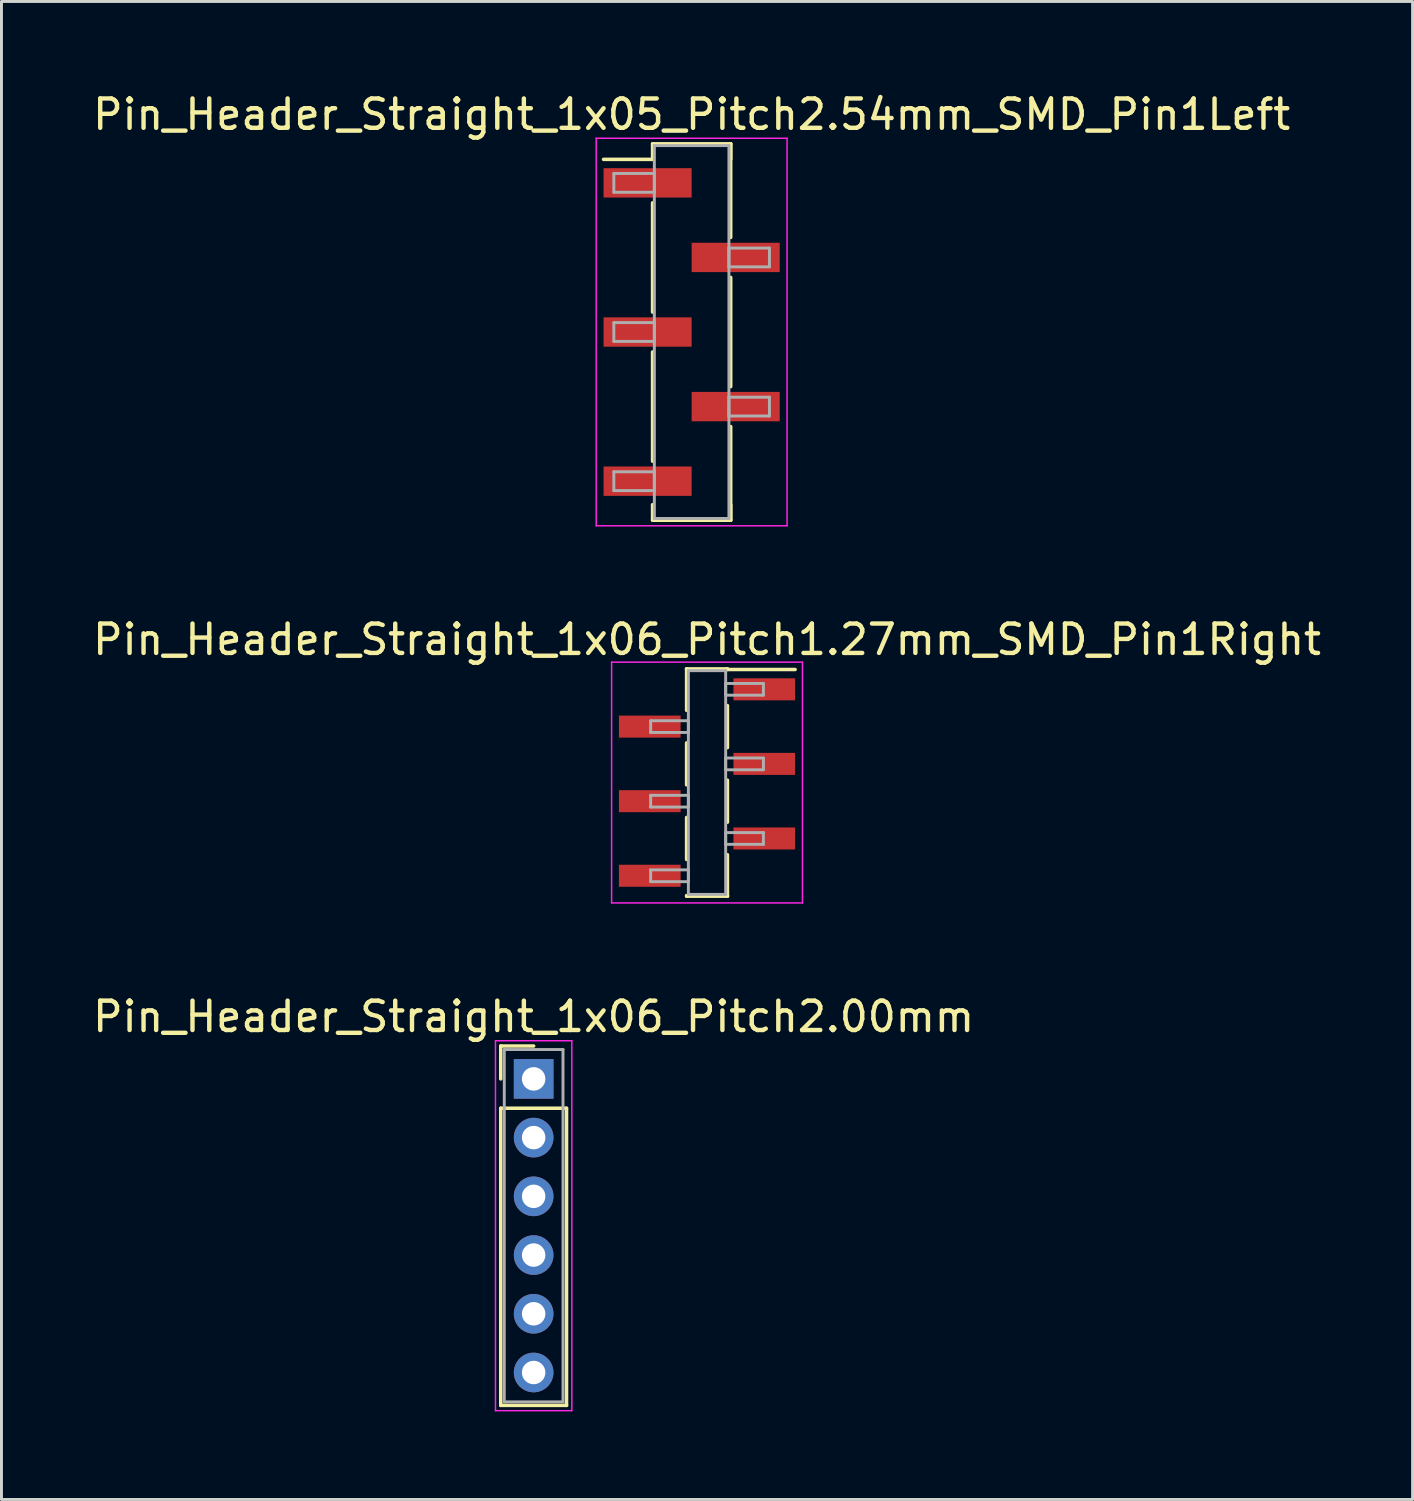
<source format=kicad_pcb>
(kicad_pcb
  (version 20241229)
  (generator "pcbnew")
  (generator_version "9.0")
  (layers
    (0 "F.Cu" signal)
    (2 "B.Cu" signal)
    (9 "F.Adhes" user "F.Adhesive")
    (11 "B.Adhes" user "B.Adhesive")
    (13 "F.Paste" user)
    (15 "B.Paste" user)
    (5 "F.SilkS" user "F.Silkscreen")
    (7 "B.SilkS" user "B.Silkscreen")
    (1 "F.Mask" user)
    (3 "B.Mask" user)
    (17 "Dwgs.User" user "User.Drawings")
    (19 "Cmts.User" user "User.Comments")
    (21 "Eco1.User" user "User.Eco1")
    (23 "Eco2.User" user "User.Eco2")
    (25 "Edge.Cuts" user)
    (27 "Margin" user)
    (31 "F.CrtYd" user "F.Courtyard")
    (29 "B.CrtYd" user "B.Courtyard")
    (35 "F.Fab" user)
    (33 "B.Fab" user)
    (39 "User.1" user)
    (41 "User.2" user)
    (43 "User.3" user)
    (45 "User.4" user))
  (footprint "Pin_Header_Straight_1x06_Pitch2.00mm"
    (layer "F.Cu")
    (at 15.125 33.695)
    (property "Reference" "Pin_Header_Straight_1x06_Pitch2.00mm" (at 0 -2.12 0) (layer "F.SilkS") (effects (font (size 1 1) (thickness 0.15))))
    (attr through_hole)
    (fp_line (start -1.12 -1.12) (end 0 -1.12) (stroke (width 0.12) (type solid)) (layer "F.SilkS"))
    (fp_line (start -1.12 0) (end -1.12 -1.12) (stroke (width 0.12) (type solid)) (layer "F.SilkS"))
    (fp_line (start -1.12 1) (end -1.12 11.12) (stroke (width 0.12) (type solid)) (layer "F.SilkS"))
    (fp_line (start -1.12 11.12) (end 1.12 11.12) (stroke (width 0.12) (type solid)) (layer "F.SilkS"))
    (fp_line (start 1.12 1) (end -1.12 1) (stroke (width 0.12) (type solid)) (layer "F.SilkS"))
    (fp_line (start 1.12 11.12) (end 1.12 1) (stroke (width 0.12) (type solid)) (layer "F.SilkS"))
    (fp_line (start -1.3 -1.3) (end -1.3 11.3) (stroke (width 0.05) (type solid)) (layer "F.CrtYd"))
    (fp_line (start -1.3 11.3) (end 1.3 11.3) (stroke (width 0.05) (type solid)) (layer "F.CrtYd"))
    (fp_line (start 1.3 -1.3) (end -1.3 -1.3) (stroke (width 0.05) (type solid)) (layer "F.CrtYd"))
    (fp_line (start 1.3 11.3) (end 1.3 -1.3) (stroke (width 0.05) (type solid)) (layer "F.CrtYd"))
    (fp_line (start -1 -1) (end -1 11) (stroke (width 0.1) (type solid)) (layer "F.Fab"))
    (fp_line (start -1 11) (end 1 11) (stroke (width 0.1) (type solid)) (layer "F.Fab"))
    (fp_line (start 1 -1) (end -1 -1) (stroke (width 0.1) (type solid)) (layer "F.Fab"))
    (fp_line (start 1 11) (end 1 -1) (stroke (width 0.1) (type solid)) (layer "F.Fab"))
    (pad "1" thru_hole rect (at 0 0) (size 1.35 1.35) (drill 0.8) (layers "*.Cu" "*.Mask"))
    (pad "2" thru_hole oval (at 0 2) (size 1.35 1.35) (drill 0.8) (layers "*.Cu" "*.Mask"))
    (pad "3" thru_hole oval (at 0 4) (size 1.35 1.35) (drill 0.8) (layers "*.Cu" "*.Mask"))
    (pad "4" thru_hole oval (at 0 6) (size 1.35 1.35) (drill 0.8) (layers "*.Cu" "*.Mask"))
    (pad "5" thru_hole oval (at 0 8) (size 1.35 1.35) (drill 0.8) (layers "*.Cu" "*.Mask"))
    (pad "6" thru_hole oval (at 0 10) (size 1.35 1.35) (drill 0.8) (layers "*.Cu" "*.Mask")))
  (footprint "Pin_Header_Straight_1x05_Pitch2.54mm_SMD_Pin1Left"
    (layer "F.Cu")
    (at 20.506 8.258)
    (property "Reference" "Pin_Header_Straight_1x05_Pitch2.54mm_SMD_Pin1Left" (at 0 -7.41 0) (layer "F.SilkS") (effects (font (size 1 1) (thickness 0.15))))
    (attr smd)
    (fp_line (start -1.33 -6.41) (end 1.33 -6.41) (stroke (width 0.12) (type solid)) (layer "F.SilkS"))
    (fp_line (start -1.33 -5.88) (end -3 -5.88) (stroke (width 0.12) (type solid)) (layer "F.SilkS"))
    (fp_line (start -1.33 -5.88) (end -1.33 -6.41) (stroke (width 0.12) (type solid)) (layer "F.SilkS"))
    (fp_line (start -1.33 -4.4) (end -1.33 -0.68) (stroke (width 0.12) (type solid)) (layer "F.SilkS"))
    (fp_line (start -1.33 0.68) (end -1.33 4.4) (stroke (width 0.12) (type solid)) (layer "F.SilkS"))
    (fp_line (start -1.33 5.88) (end -1.33 6.41) (stroke (width 0.12) (type solid)) (layer "F.SilkS"))
    (fp_line (start -1.33 6.41) (end 1.33 6.41) (stroke (width 0.12) (type solid)) (layer "F.SilkS"))
    (fp_line (start 1.33 -6.41) (end 1.33 -5.88) (stroke (width 0.12) (type solid)) (layer "F.SilkS"))
    (fp_line (start 1.33 -6.41) (end 1.33 -3.22) (stroke (width 0.12) (type solid)) (layer "F.SilkS"))
    (fp_line (start 1.33 -1.86) (end 1.33 1.86) (stroke (width 0.12) (type solid)) (layer "F.SilkS"))
    (fp_line (start 1.33 3.22) (end 1.33 6.41) (stroke (width 0.12) (type solid)) (layer "F.SilkS"))
    (fp_line (start 1.33 6.41) (end 1.33 5.88) (stroke (width 0.12) (type solid)) (layer "F.SilkS"))
    (fp_line (start -3.25 -6.6) (end -3.25 6.6) (stroke (width 0.05) (type solid)) (layer "F.CrtYd"))
    (fp_line (start -3.25 6.6) (end 3.25 6.6) (stroke (width 0.05) (type solid)) (layer "F.CrtYd"))
    (fp_line (start 3.25 -6.6) (end -3.25 -6.6) (stroke (width 0.05) (type solid)) (layer "F.CrtYd"))
    (fp_line (start 3.25 6.6) (end 3.25 -6.6) (stroke (width 0.05) (type solid)) (layer "F.CrtYd"))
    (fp_line (start -2.65 -5.4) (end -1.27 -5.4) (stroke (width 0.1) (type solid)) (layer "F.Fab"))
    (fp_line (start -2.65 -4.76) (end -2.65 -5.4) (stroke (width 0.1) (type solid)) (layer "F.Fab"))
    (fp_line (start -2.65 -0.32) (end -1.27 -0.32) (stroke (width 0.1) (type solid)) (layer "F.Fab"))
    (fp_line (start -2.65 0.32) (end -2.65 -0.32) (stroke (width 0.1) (type solid)) (layer "F.Fab"))
    (fp_line (start -2.65 4.76) (end -1.27 4.76) (stroke (width 0.1) (type solid)) (layer "F.Fab"))
    (fp_line (start -2.65 5.4) (end -2.65 4.76) (stroke (width 0.1) (type solid)) (layer "F.Fab"))
    (fp_line (start -1.27 -6.35) (end -1.27 6.35) (stroke (width 0.1) (type solid)) (layer "F.Fab"))
    (fp_line (start -1.27 -5.4) (end -1.27 -4.76) (stroke (width 0.1) (type solid)) (layer "F.Fab"))
    (fp_line (start -1.27 -4.76) (end -2.65 -4.76) (stroke (width 0.1) (type solid)) (layer "F.Fab"))
    (fp_line (start -1.27 -0.32) (end -1.27 0.32) (stroke (width 0.1) (type solid)) (layer "F.Fab"))
    (fp_line (start -1.27 0.32) (end -2.65 0.32) (stroke (width 0.1) (type solid)) (layer "F.Fab"))
    (fp_line (start -1.27 4.76) (end -1.27 5.4) (stroke (width 0.1) (type solid)) (layer "F.Fab"))
    (fp_line (start -1.27 5.4) (end -2.65 5.4) (stroke (width 0.1) (type solid)) (layer "F.Fab"))
    (fp_line (start -1.27 6.35) (end 1.27 6.35) (stroke (width 0.1) (type solid)) (layer "F.Fab"))
    (fp_line (start 1.27 -6.35) (end -1.27 -6.35) (stroke (width 0.1) (type solid)) (layer "F.Fab"))
    (fp_line (start 1.27 -2.86) (end 1.27 -2.22) (stroke (width 0.1) (type solid)) (layer "F.Fab"))
    (fp_line (start 1.27 -2.22) (end 2.65 -2.22) (stroke (width 0.1) (type solid)) (layer "F.Fab"))
    (fp_line (start 1.27 2.22) (end 1.27 2.86) (stroke (width 0.1) (type solid)) (layer "F.Fab"))
    (fp_line (start 1.27 2.86) (end 2.65 2.86) (stroke (width 0.1) (type solid)) (layer "F.Fab"))
    (fp_line (start 1.27 6.35) (end 1.27 -6.35) (stroke (width 0.1) (type solid)) (layer "F.Fab"))
    (fp_line (start 2.65 -2.86) (end 1.27 -2.86) (stroke (width 0.1) (type solid)) (layer "F.Fab"))
    (fp_line (start 2.65 -2.22) (end 2.65 -2.86) (stroke (width 0.1) (type solid)) (layer "F.Fab"))
    (fp_line (start 2.65 2.22) (end 1.27 2.22) (stroke (width 0.1) (type solid)) (layer "F.Fab"))
    (fp_line (start 2.65 2.86) (end 2.65 2.22) (stroke (width 0.1) (type solid)) (layer "F.Fab"))
    (pad "1" smd rect (at -1.5 -5.08) (size 3 1) (layers "F.Cu" "F.Mask"))
    (pad "2" smd rect (at 1.5 -2.54) (size 3 1) (layers "F.Cu" "F.Mask"))
    (pad "3" smd rect (at -1.5 0) (size 3 1) (layers "F.Cu" "F.Mask"))
    (pad "4" smd rect (at 1.5 2.54) (size 3 1) (layers "F.Cu" "F.Mask"))
    (pad "5" smd rect (at -1.5 5.08) (size 3 1) (layers "F.Cu" "F.Mask")))
  (footprint "Pin_Header_Straight_1x06_Pitch1.27mm_SMD_Pin1Right"
    (layer "F.Cu")
    (at 21.03 23.602)
    (property "Reference" "Pin_Header_Straight_1x06_Pitch1.27mm_SMD_Pin1Right" (at 0 -4.87 0) (layer "F.SilkS") (effects (font (size 1 1) (thickness 0.15))))
    (attr smd)
    (fp_line (start -0.695 -3.87) (end -0.695 -2.46) (stroke (width 0.12) (type solid)) (layer "F.SilkS"))
    (fp_line (start -0.695 -3.87) (end 0.695 -3.87) (stroke (width 0.12) (type solid)) (layer "F.SilkS"))
    (fp_line (start -0.695 -3.85) (end -0.695 -3.87) (stroke (width 0.12) (type solid)) (layer "F.SilkS"))
    (fp_line (start -0.695 -1.35) (end -0.695 0.08) (stroke (width 0.12) (type solid)) (layer "F.SilkS"))
    (fp_line (start -0.695 1.19) (end -0.695 2.62) (stroke (width 0.12) (type solid)) (layer "F.SilkS"))
    (fp_line (start -0.695 3.85) (end -0.695 3.87) (stroke (width 0.12) (type solid)) (layer "F.SilkS"))
    (fp_line (start -0.695 3.87) (end 0.695 3.87) (stroke (width 0.12) (type solid)) (layer "F.SilkS"))
    (fp_line (start 0.695 -3.87) (end 0.695 -3.85) (stroke (width 0.12) (type solid)) (layer "F.SilkS"))
    (fp_line (start 0.695 -3.85) (end 3 -3.85) (stroke (width 0.12) (type solid)) (layer "F.SilkS"))
    (fp_line (start 0.695 -2.62) (end 0.695 -1.19) (stroke (width 0.12) (type solid)) (layer "F.SilkS"))
    (fp_line (start 0.695 -0.08) (end 0.695 1.35) (stroke (width 0.12) (type solid)) (layer "F.SilkS"))
    (fp_line (start 0.695 2.46) (end 0.695 3.87) (stroke (width 0.12) (type solid)) (layer "F.SilkS"))
    (fp_line (start 0.695 3.87) (end 0.695 3.85) (stroke (width 0.12) (type solid)) (layer "F.SilkS"))
    (fp_line (start -3.25 -4.1) (end -3.25 4.1) (stroke (width 0.05) (type solid)) (layer "F.CrtYd"))
    (fp_line (start -3.25 4.1) (end 3.25 4.1) (stroke (width 0.05) (type solid)) (layer "F.CrtYd"))
    (fp_line (start 3.25 -4.1) (end -3.25 -4.1) (stroke (width 0.05) (type solid)) (layer "F.CrtYd"))
    (fp_line (start 3.25 4.1) (end 3.25 -4.1) (stroke (width 0.05) (type solid)) (layer "F.CrtYd"))
    (fp_line (start -1.92 -2.105) (end -0.635 -2.105) (stroke (width 0.1) (type solid)) (layer "F.Fab"))
    (fp_line (start -1.92 -1.705) (end -1.92 -2.105) (stroke (width 0.1) (type solid)) (layer "F.Fab"))
    (fp_line (start -1.92 0.435) (end -0.635 0.435) (stroke (width 0.1) (type solid)) (layer "F.Fab"))
    (fp_line (start -1.92 0.835) (end -1.92 0.435) (stroke (width 0.1) (type solid)) (layer "F.Fab"))
    (fp_line (start -1.92 2.975) (end -0.635 2.975) (stroke (width 0.1) (type solid)) (layer "F.Fab"))
    (fp_line (start -1.92 3.375) (end -1.92 2.975) (stroke (width 0.1) (type solid)) (layer "F.Fab"))
    (fp_line (start -0.635 -3.81) (end -0.635 3.81) (stroke (width 0.1) (type solid)) (layer "F.Fab"))
    (fp_line (start -0.635 -2.105) (end -0.635 -1.705) (stroke (width 0.1) (type solid)) (layer "F.Fab"))
    (fp_line (start -0.635 -1.705) (end -1.92 -1.705) (stroke (width 0.1) (type solid)) (layer "F.Fab"))
    (fp_line (start -0.635 0.435) (end -0.635 0.835) (stroke (width 0.1) (type solid)) (layer "F.Fab"))
    (fp_line (start -0.635 0.835) (end -1.92 0.835) (stroke (width 0.1) (type solid)) (layer "F.Fab"))
    (fp_line (start -0.635 2.975) (end -0.635 3.375) (stroke (width 0.1) (type solid)) (layer "F.Fab"))
    (fp_line (start -0.635 3.375) (end -1.92 3.375) (stroke (width 0.1) (type solid)) (layer "F.Fab"))
    (fp_line (start -0.635 3.81) (end 0.635 3.81) (stroke (width 0.1) (type solid)) (layer "F.Fab"))
    (fp_line (start 0.635 -3.81) (end -0.635 -3.81) (stroke (width 0.1) (type solid)) (layer "F.Fab"))
    (fp_line (start 0.635 -3.375) (end 0.635 -2.975) (stroke (width 0.1) (type solid)) (layer "F.Fab"))
    (fp_line (start 0.635 -2.975) (end 1.92 -2.975) (stroke (width 0.1) (type solid)) (layer "F.Fab"))
    (fp_line (start 0.635 -0.835) (end 0.635 -0.435) (stroke (width 0.1) (type solid)) (layer "F.Fab"))
    (fp_line (start 0.635 -0.435) (end 1.92 -0.435) (stroke (width 0.1) (type solid)) (layer "F.Fab"))
    (fp_line (start 0.635 1.705) (end 0.635 2.105) (stroke (width 0.1) (type solid)) (layer "F.Fab"))
    (fp_line (start 0.635 2.105) (end 1.92 2.105) (stroke (width 0.1) (type solid)) (layer "F.Fab"))
    (fp_line (start 0.635 3.81) (end 0.635 -3.81) (stroke (width 0.1) (type solid)) (layer "F.Fab"))
    (fp_line (start 1.92 -3.375) (end 0.635 -3.375) (stroke (width 0.1) (type solid)) (layer "F.Fab"))
    (fp_line (start 1.92 -2.975) (end 1.92 -3.375) (stroke (width 0.1) (type solid)) (layer "F.Fab"))
    (fp_line (start 1.92 -0.835) (end 0.635 -0.835) (stroke (width 0.1) (type solid)) (layer "F.Fab"))
    (fp_line (start 1.92 -0.435) (end 1.92 -0.835) (stroke (width 0.1) (type solid)) (layer "F.Fab"))
    (fp_line (start 1.92 1.705) (end 0.635 1.705) (stroke (width 0.1) (type solid)) (layer "F.Fab"))
    (fp_line (start 1.92 2.105) (end 1.92 1.705) (stroke (width 0.1) (type solid)) (layer "F.Fab"))
    (pad "1" smd rect (at 1.95 -3.175) (size 2.1 0.75) (layers "F.Cu" "F.Mask"))
    (pad "2" smd rect (at -1.95 -1.905) (size 2.1 0.75) (layers "F.Cu" "F.Mask"))
    (pad "3" smd rect (at 1.95 -0.635) (size 2.1 0.75) (layers "F.Cu" "F.Mask"))
    (pad "4" smd rect (at -1.95 0.635) (size 2.1 0.75) (layers "F.Cu" "F.Mask"))
    (pad "5" smd rect (at 1.95 1.905) (size 2.1 0.75) (layers "F.Cu" "F.Mask"))
    (pad "6" smd rect (at -1.95 3.175) (size 2.1 0.75) (layers "F.Cu" "F.Mask")))
  (gr_rect
    (start -3 -3)
    (end 45.06 48.02)
    (stroke (width 0.1) (type default))
    (fill no)
    (layer "Edge.Cuts")))
</source>
